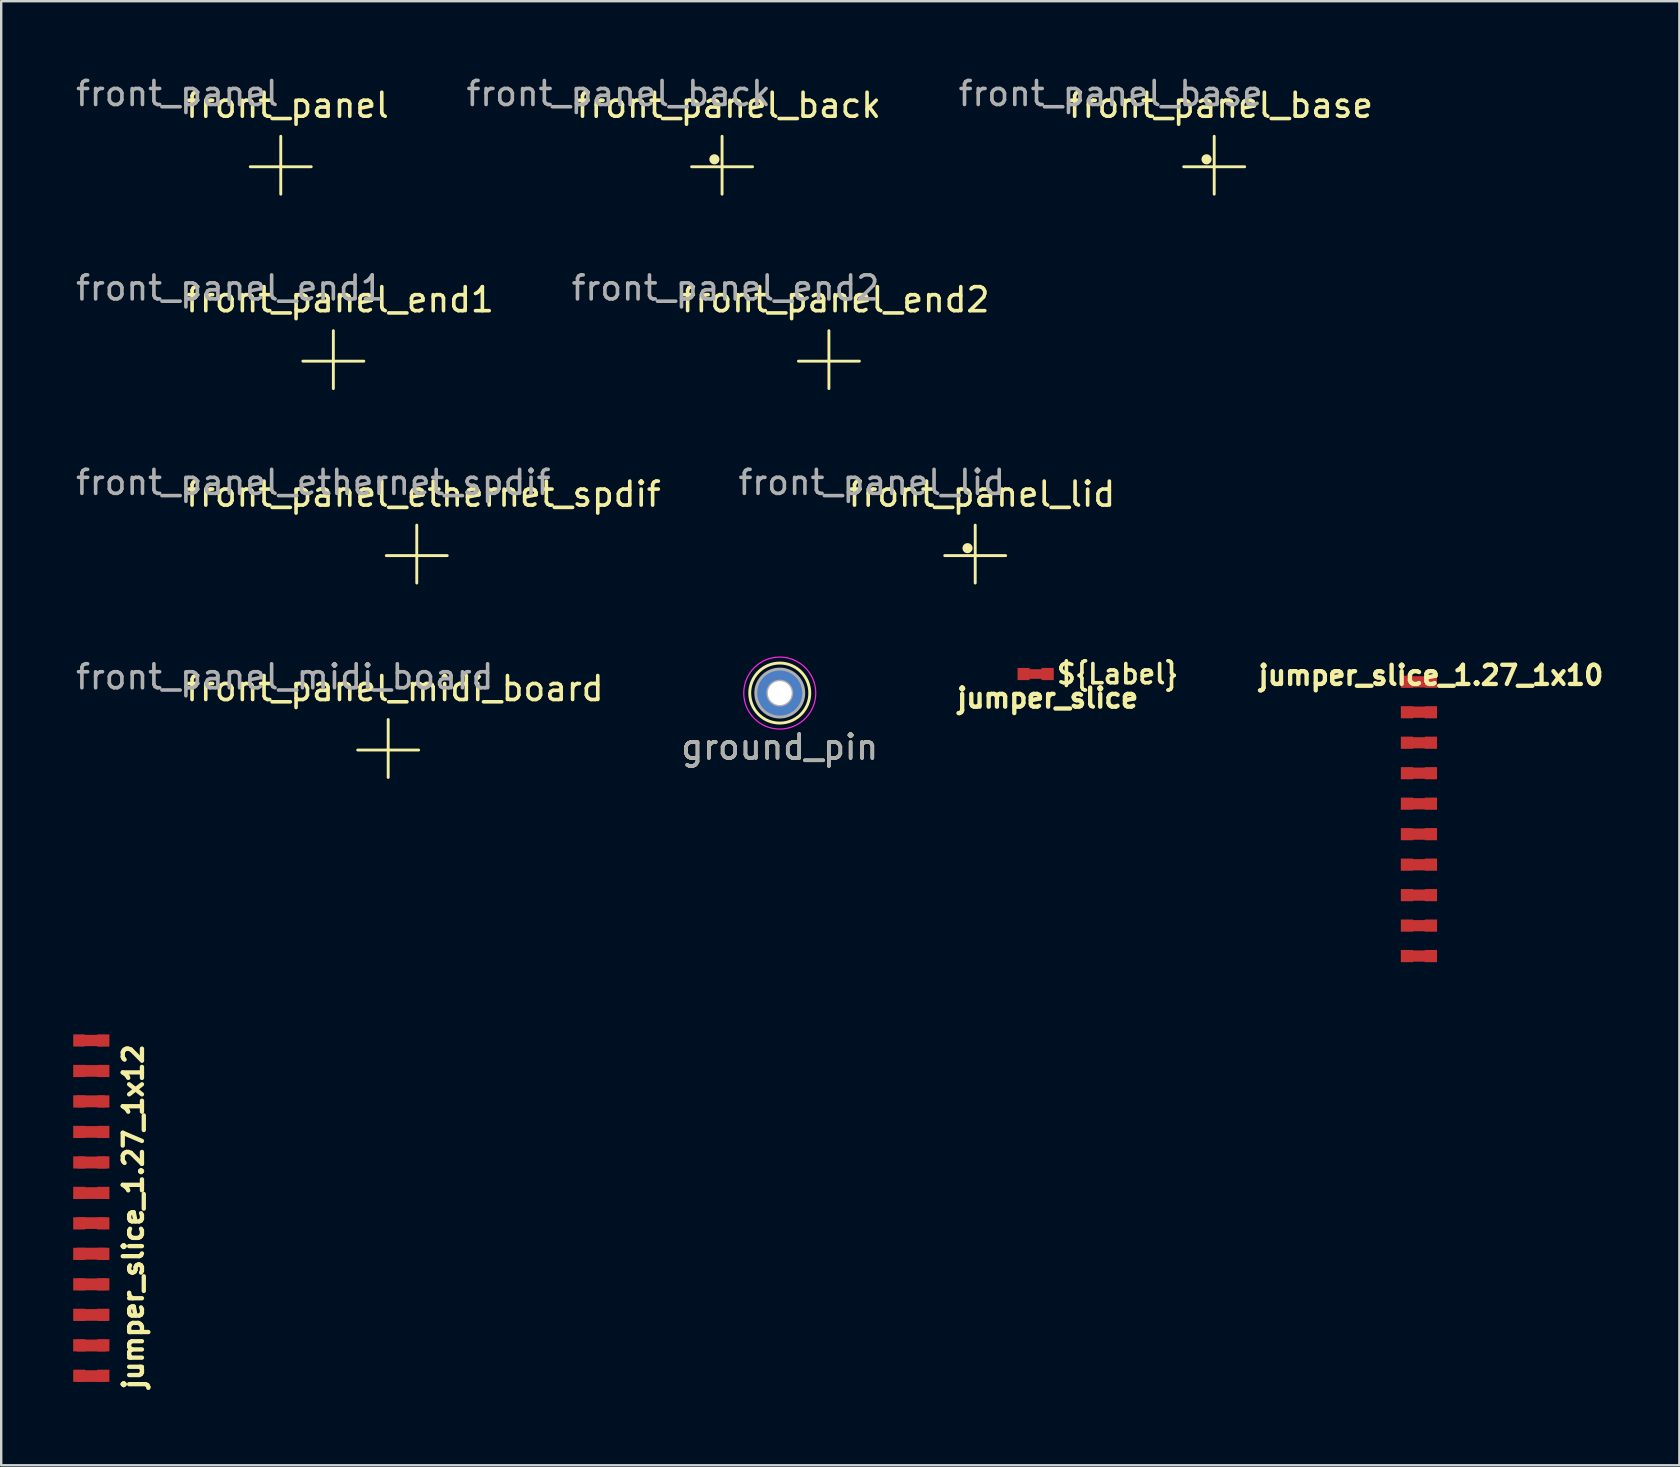
<source format=kicad_pcb>
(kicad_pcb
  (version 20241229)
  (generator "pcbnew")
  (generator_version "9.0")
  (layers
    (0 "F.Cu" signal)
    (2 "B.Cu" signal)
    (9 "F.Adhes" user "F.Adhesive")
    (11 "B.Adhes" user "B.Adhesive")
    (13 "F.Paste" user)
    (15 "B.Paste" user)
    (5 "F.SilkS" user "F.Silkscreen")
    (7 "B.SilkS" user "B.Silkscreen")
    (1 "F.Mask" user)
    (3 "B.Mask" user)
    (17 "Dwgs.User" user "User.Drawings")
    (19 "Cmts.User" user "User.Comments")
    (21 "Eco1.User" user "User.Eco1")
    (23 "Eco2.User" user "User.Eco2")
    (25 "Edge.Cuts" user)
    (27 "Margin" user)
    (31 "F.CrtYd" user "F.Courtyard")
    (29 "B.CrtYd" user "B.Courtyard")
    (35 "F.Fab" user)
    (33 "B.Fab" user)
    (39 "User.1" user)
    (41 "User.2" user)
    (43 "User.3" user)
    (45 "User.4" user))
  (footprint "jumper_slice_1.27_1x10"
    (layer "F.Cu")
    (at 56.074 25.358)
    (property "Reference" "jumper_slice_1.27_1x10" (at 0.5 -0.27 0) (layer "F.SilkS") (effects (font (size 0.8 0.8) (thickness 0.18))))
    (attr through_hole)
    (fp_poly (pts (xy 0.254 0.229) (xy -0.254 0.229) (xy -0.254 -0.229) (xy 0.254 -0.229)) (stroke (width 0.01) (type solid)) (fill yes) (layer "F.Cu"))
    (fp_poly (pts (xy 0.254 1.499) (xy -0.254 1.499) (xy -0.254 1.041) (xy 0.254 1.041)) (stroke (width 0.01) (type solid)) (fill yes) (layer "F.Cu"))
    (fp_poly (pts (xy 0.254 2.769) (xy -0.254 2.769) (xy -0.254 2.311) (xy 0.254 2.311)) (stroke (width 0.01) (type solid)) (fill yes) (layer "F.Cu"))
    (fp_poly (pts (xy 0.254 4.039) (xy -0.254 4.039) (xy -0.254 3.581) (xy 0.254 3.581)) (stroke (width 0.01) (type solid)) (fill yes) (layer "F.Cu"))
    (fp_poly (pts (xy 0.254 5.309) (xy -0.254 5.309) (xy -0.254 4.851) (xy 0.254 4.851)) (stroke (width 0.01) (type solid)) (fill yes) (layer "F.Cu"))
    (fp_poly (pts (xy 0.254 6.579) (xy -0.254 6.579) (xy -0.254 6.121) (xy 0.254 6.121)) (stroke (width 0.01) (type solid)) (fill yes) (layer "F.Cu"))
    (fp_poly (pts (xy 0.254 7.849) (xy -0.254 7.849) (xy -0.254 7.391) (xy 0.254 7.391)) (stroke (width 0.01) (type solid)) (fill yes) (layer "F.Cu"))
    (fp_poly (pts (xy 0.254 9.119) (xy -0.254 9.119) (xy -0.254 8.661) (xy 0.254 8.661)) (stroke (width 0.01) (type solid)) (fill yes) (layer "F.Cu"))
    (fp_poly (pts (xy 0.254 10.389) (xy -0.254 10.389) (xy -0.254 9.931) (xy 0.254 9.931)) (stroke (width 0.01) (type solid)) (fill yes) (layer "F.Cu"))
    (fp_poly (pts (xy 0.254 11.659) (xy -0.254 11.659) (xy -0.254 11.201) (xy 0.254 11.201)) (stroke (width 0.01) (type solid)) (fill yes) (layer "F.Cu"))
    (fp_poly (pts (xy 0.254 0.254) (xy -0.254 0.254) (xy -0.254 -0.254) (xy 0.254 -0.254)) (stroke (width 0.01) (type solid)) (fill yes) (layer "F.Mask"))
    (fp_poly (pts (xy 0.254 1.524) (xy -0.254 1.524) (xy -0.254 1.016) (xy 0.254 1.016)) (stroke (width 0.01) (type solid)) (fill yes) (layer "F.Mask"))
    (fp_poly (pts (xy 0.254 2.794) (xy -0.254 2.794) (xy -0.254 2.286) (xy 0.254 2.286)) (stroke (width 0.01) (type solid)) (fill yes) (layer "F.Mask"))
    (fp_poly (pts (xy 0.254 4.064) (xy -0.254 4.064) (xy -0.254 3.556) (xy 0.254 3.556)) (stroke (width 0.01) (type solid)) (fill yes) (layer "F.Mask"))
    (fp_poly (pts (xy 0.254 5.334) (xy -0.254 5.334) (xy -0.254 4.826) (xy 0.254 4.826)) (stroke (width 0.01) (type solid)) (fill yes) (layer "F.Mask"))
    (fp_poly (pts (xy 0.254 6.604) (xy -0.254 6.604) (xy -0.254 6.096) (xy 0.254 6.096)) (stroke (width 0.01) (type solid)) (fill yes) (layer "F.Mask"))
    (fp_poly (pts (xy 0.254 7.874) (xy -0.254 7.874) (xy -0.254 7.366) (xy 0.254 7.366)) (stroke (width 0.01) (type solid)) (fill yes) (layer "F.Mask"))
    (fp_poly (pts (xy 0.254 9.144) (xy -0.254 9.144) (xy -0.254 8.636) (xy 0.254 8.636)) (stroke (width 0.01) (type solid)) (fill yes) (layer "F.Mask"))
    (fp_poly (pts (xy 0.254 10.414) (xy -0.254 10.414) (xy -0.254 9.906) (xy 0.254 9.906)) (stroke (width 0.01) (type solid)) (fill yes) (layer "F.Mask"))
    (fp_poly (pts (xy 0.254 11.684) (xy -0.254 11.684) (xy -0.254 11.176) (xy 0.254 11.176)) (stroke (width 0.01) (type solid)) (fill yes) (layer "F.Mask"))
    (pad "1" smd rect (at -0.5 0 180) (size 0.508 0.508) (layers "F.Cu" "F.Mask"))
    (pad "2" smd rect (at 0.5 0 180) (size 0.508 0.508) (layers "F.Cu" "F.Mask"))
    (pad "3" smd rect (at -0.5 1.27 180) (size 0.508 0.508) (layers "F.Cu" "F.Mask"))
    (pad "4" smd rect (at 0.5 1.27 180) (size 0.508 0.508) (layers "F.Cu" "F.Mask"))
    (pad "5" smd rect (at -0.5 2.54 180) (size 0.508 0.508) (layers "F.Cu" "F.Mask"))
    (pad "6" smd rect (at 0.5 2.54 180) (size 0.508 0.508) (layers "F.Cu" "F.Mask"))
    (pad "7" smd rect (at -0.5 3.81 180) (size 0.508 0.508) (layers "F.Cu" "F.Mask"))
    (pad "8" smd rect (at 0.5 3.81 180) (size 0.508 0.508) (layers "F.Cu" "F.Mask"))
    (pad "9" smd rect (at -0.5 5.08 180) (size 0.508 0.508) (layers "F.Cu" "F.Mask"))
    (pad "10" smd rect (at 0.5 5.08 180) (size 0.508 0.508) (layers "F.Cu" "F.Mask"))
    (pad "11" smd rect (at -0.5 6.35 180) (size 0.508 0.508) (layers "F.Cu" "F.Mask"))
    (pad "12" smd rect (at 0.5 6.35 180) (size 0.508 0.508) (layers "F.Cu" "F.Mask"))
    (pad "13" smd rect (at -0.5 7.62 180) (size 0.508 0.508) (layers "F.Cu" "F.Mask"))
    (pad "14" smd rect (at 0.5 7.62 180) (size 0.508 0.508) (layers "F.Cu" "F.Mask"))
    (pad "15" smd rect (at -0.5 8.89 180) (size 0.508 0.508) (layers "F.Cu" "F.Mask"))
    (pad "16" smd rect (at 0.5 8.89 180) (size 0.508 0.508) (layers "F.Cu" "F.Mask"))
    (pad "17" smd rect (at -0.5 10.16 180) (size 0.508 0.508) (layers "F.Cu" "F.Mask"))
    (pad "18" smd rect (at 0.5 10.16 180) (size 0.508 0.508) (layers "F.Cu" "F.Mask"))
    (pad "19" smd rect (at -0.5 11.43 180) (size 0.508 0.508) (layers "F.Cu" "F.Mask"))
    (pad "20" smd rect (at 0.5 11.43 180) (size 0.508 0.508) (layers "F.Cu" "F.Mask")))
  (footprint "front_panel"
    (layer "F.Cu")
    (at 8.649 3.898)
    (property "Reference" "front_panel" (at 0.28 -2.56 0) (unlocked yes) (layer "F.SilkS") (effects (font (size 1 1) (thickness 0.15))))
    (attr smd)
    (fp_line (start -1.27 0) (end 1.27 0) (stroke (width 0.12) (type solid)) (layer "F.SilkS"))
    (fp_line (start 0 -1.27) (end 0 1.143) (stroke (width 0.12) (type solid)) (layer "F.SilkS"))
    (fp_text user "${REFERENCE}" (at -4.31 -3.05 0) (unlocked yes) (layer "F.Fab") (effects (font (size 1 1) (thickness 0.15)))))
  (footprint "front_panel_end2"
    (layer "F.Cu")
    (at 31.489 11.999)
    (property "Reference" "front_panel_end2" (at 0.28 -2.56 0) (unlocked yes) (layer "F.SilkS") (effects (font (size 1 1) (thickness 0.15))))
    (attr smd)
    (fp_line (start -1.27 0) (end 1.27 0) (stroke (width 0.12) (type solid)) (layer "F.SilkS"))
    (fp_line (start 0 -1.27) (end 0 1.143) (stroke (width 0.12) (type solid)) (layer "F.SilkS"))
    (fp_text user "${REFERENCE}" (at -4.31 -3.05 0) (unlocked yes) (layer "F.Fab") (effects (font (size 1 1) (thickness 0.15)))))
  (footprint "ground_pin"
    (layer "F.Cu")
    (at 29.441 25.829)
    (property "Reference" "ground_pin" (at 0 2.25 0) (layer "F.SilkS") (effects (font (size 1 1) (thickness 0.15))))
    (attr through_hole)
    (fp_circle (center 0 0) (end 1.25 0.05) (stroke (width 0.12) (type solid)) (fill no) (layer "F.SilkS"))
    (fp_circle (center 0 0) (end 1.5 0) (stroke (width 0.05) (type solid)) (fill no) (layer "F.CrtYd"))
    (fp_circle (center 0 0) (end 0.5 0) (stroke (width 0.12) (type solid)) (fill no) (layer "F.Fab"))
    (fp_circle (center 0 0) (end 1 0) (stroke (width 0.12) (type solid)) (fill no) (layer "F.Fab"))
    (fp_text user "${REFERENCE}" (at 0 2.25 0) (layer "F.Fab") (effects (font (size 1 1) (thickness 0.15))))
    (pad "1" thru_hole circle (at 0 0) (size 2 2) (drill 1) (layers "*.Cu" "*.Mask"))
    (pad "2" smd circle (at 0 0) (size 2 2) (layers "F.Cu" "F.Mask" "F.Paste")))
  (footprint "front_panel_base"
    (layer "F.Cu")
    (at 47.544 3.898)
    (property "Reference" "front_panel_base" (at 0.28 -2.56 0) (unlocked yes) (layer "F.SilkS") (effects (font (size 1 1) (thickness 0.15))))
    (attr smd)
    (fp_line (start -1.27 0) (end 1.27 0) (stroke (width 0.12) (type solid)) (layer "F.SilkS"))
    (fp_line (start 0 -1.27) (end 0 1.143) (stroke (width 0.12) (type solid)) (layer "F.SilkS"))
    (fp_circle (center -0.32 -0.31) (end -0.17 -0.31) (stroke (width 0.12) (type solid)) (fill yes) (layer "F.SilkS"))
    (fp_text user "${REFERENCE}" (at -4.31 -3.05 0) (unlocked yes) (layer "F.Fab") (effects (font (size 1 1) (thickness 0.15)))))
  (footprint "front_panel_midi_board"
    (layer "F.Cu")
    (at 13.125 28.202)
    (property "Reference" "front_panel_midi_board" (at 0.28 -2.56 0) (unlocked yes) (layer "F.SilkS") (effects (font (size 1 1) (thickness 0.15))))
    (attr smd)
    (fp_line (start -1.27 0) (end 1.27 0) (stroke (width 0.12) (type solid)) (layer "F.SilkS"))
    (fp_line (start 0 -1.27) (end 0 1.143) (stroke (width 0.12) (type solid)) (layer "F.SilkS"))
    (fp_text user "${REFERENCE}" (at -4.31 -3.05 0) (unlocked yes) (layer "F.Fab") (effects (font (size 1 1) (thickness 0.15)))))
  (footprint "front_panel_back"
    (layer "F.Cu")
    (at 27.037 3.898)
    (property "Reference" "front_panel_back" (at 0.28 -2.56 0) (unlocked yes) (layer "F.SilkS") (effects (font (size 1 1) (thickness 0.15))))
    (attr smd)
    (fp_line (start -1.27 0) (end 1.27 0) (stroke (width 0.12) (type solid)) (layer "F.SilkS"))
    (fp_line (start 0 -1.27) (end 0 1.143) (stroke (width 0.12) (type solid)) (layer "F.SilkS"))
    (fp_circle (center -0.32 -0.31) (end -0.17 -0.31) (stroke (width 0.12) (type solid)) (fill yes) (layer "F.SilkS"))
    (fp_text user "${REFERENCE}" (at -4.31 -3.05 0) (unlocked yes) (layer "F.Fab") (effects (font (size 1 1) (thickness 0.15)))))
  (footprint "jumper_slice"
    (layer "F.Cu")
    (at 40.104 25.035)
    (property "Reference" "jumper_slice" (at 0.5 1 0) (layer "F.SilkS") (effects (font (size 0.8 0.8) (thickness 0.18))))
    (attr through_hole exclude_from_bom)
    (fp_poly (pts (xy -0.275 -0.2) (xy 0.275 -0.2) (xy 0.275 0.2) (xy -0.275 0.2)) (stroke (width 0) (type solid)) (fill yes) (layer "F.Cu"))
    (fp_poly (pts (xy 0.254 0.254) (xy -0.254 0.254) (xy -0.254 -0.254) (xy 0.254 -0.254)) (stroke (width 0.01) (type solid)) (fill yes) (layer "F.Mask"))
    (fp_text user "${Label}" (at 0.8 0 0) (layer "F.SilkS") (effects (font (size 0.8 0.8) (thickness 0.15) (bold yes)) (justify left)))
    (pad "1" smd rect (at -0.504 0) (size 0.5 0.508) (layers "F.Cu" "F.Mask"))
    (pad "2" smd rect (at 0.5 0) (size 0.508 0.508) (layers "F.Cu" "F.Mask")))
  (footprint "jumper_slice_1.27_1x12"
    (layer "F.Cu")
    (at 0.754 40.306)
    (property "Reference" "jumper_slice_1.27_1x12" (at 1.75 7.348 90) (layer "F.SilkS") (effects (font (size 0.8 0.8) (thickness 0.18))))
    (attr through_hole exclude_from_bom)
    (fp_poly (pts (xy 0.546 4.05) (xy -0.637 4.05) (xy -0.637 3.567) (xy 0.546 3.567)) (stroke (width 0.01) (type solid)) (fill yes) (layer "F.Cu"))
    (fp_poly (pts (xy 0.571 0.229) (xy -0.612 0.229) (xy -0.612 -0.229) (xy 0.571 -0.229)) (stroke (width 0.01) (type solid)) (fill yes) (layer "F.Cu"))
    (fp_poly (pts (xy 0.571 2.775) (xy -0.612 2.775) (xy -0.612 2.292) (xy 0.571 2.292)) (stroke (width 0.01) (type solid)) (fill yes) (layer "F.Cu"))
    (fp_poly (pts (xy 0.596 1.508) (xy -0.587 1.508) (xy -0.587 1.025) (xy 0.596 1.025)) (stroke (width 0.01) (type solid)) (fill yes) (layer "F.Cu"))
    (fp_poly (pts (xy 0.596 6.6) (xy -0.587 6.6) (xy -0.587 6.117) (xy 0.596 6.117)) (stroke (width 0.01) (type solid)) (fill yes) (layer "F.Cu"))
    (fp_poly (pts (xy 0.596 7.85) (xy -0.587 7.85) (xy -0.587 7.367) (xy 0.596 7.367)) (stroke (width 0.01) (type solid)) (fill yes) (layer "F.Cu"))
    (fp_poly (pts (xy 0.596 9.125) (xy -0.587 9.125) (xy -0.587 8.642) (xy 0.596 8.642)) (stroke (width 0.01) (type solid)) (fill yes) (layer "F.Cu"))
    (fp_poly (pts (xy 0.596 11.675) (xy -0.587 11.675) (xy -0.587 11.192) (xy 0.596 11.192)) (stroke (width 0.01) (type solid)) (fill yes) (layer "F.Cu"))
    (fp_poly (pts (xy 0.596 12.95) (xy -0.587 12.95) (xy -0.587 12.467) (xy 0.596 12.467)) (stroke (width 0.01) (type solid)) (fill yes) (layer "F.Cu"))
    (fp_poly (pts (xy 0.596 14.225) (xy -0.587 14.225) (xy -0.587 13.742) (xy 0.596 13.742)) (stroke (width 0.01) (type solid)) (fill yes) (layer "F.Cu"))
    (fp_poly (pts (xy 0.621 5.325) (xy -0.562 5.325) (xy -0.562 4.842) (xy 0.621 4.842)) (stroke (width 0.01) (type solid)) (fill yes) (layer "F.Cu"))
    (fp_poly (pts (xy 0.621 10.4) (xy -0.562 10.4) (xy -0.562 9.917) (xy 0.621 9.917)) (stroke (width 0.01) (type solid)) (fill yes) (layer "F.Cu"))
    (fp_poly (pts (xy 0.254 1.524) (xy -0.254 1.524) (xy -0.254 1.016) (xy 0.254 1.016)) (stroke (width 0.01) (type solid)) (fill yes) (layer "F.Mask"))
    (fp_poly (pts (xy 0.254 2.794) (xy -0.254 2.794) (xy -0.254 2.286) (xy 0.254 2.286)) (stroke (width 0.01) (type solid)) (fill yes) (layer "F.Mask"))
    (fp_poly (pts (xy 0.254 4.064) (xy -0.254 4.064) (xy -0.254 3.556) (xy 0.254 3.556)) (stroke (width 0.01) (type solid)) (fill yes) (layer "F.Mask"))
    (fp_poly (pts (xy 0.254 5.334) (xy -0.254 5.334) (xy -0.254 4.826) (xy 0.254 4.826)) (stroke (width 0.01) (type solid)) (fill yes) (layer "F.Mask"))
    (fp_poly (pts (xy 0.254 6.604) (xy -0.254 6.604) (xy -0.254 6.096) (xy 0.254 6.096)) (stroke (width 0.01) (type solid)) (fill yes) (layer "F.Mask"))
    (fp_poly (pts (xy 0.254 7.874) (xy -0.254 7.874) (xy -0.254 7.366) (xy 0.254 7.366)) (stroke (width 0.01) (type solid)) (fill yes) (layer "F.Mask"))
    (fp_poly (pts (xy 0.254 9.144) (xy -0.254 9.144) (xy -0.254 8.636) (xy 0.254 8.636)) (stroke (width 0.01) (type solid)) (fill yes) (layer "F.Mask"))
    (fp_poly (pts (xy 0.254 10.414) (xy -0.254 10.414) (xy -0.254 9.906) (xy 0.254 9.906)) (stroke (width 0.01) (type solid)) (fill yes) (layer "F.Mask"))
    (fp_poly (pts (xy 0.254 11.684) (xy -0.254 11.684) (xy -0.254 11.176) (xy 0.254 11.176)) (stroke (width 0.01) (type solid)) (fill yes) (layer "F.Mask"))
    (fp_poly (pts (xy 0.254 12.954) (xy -0.254 12.954) (xy -0.254 12.446) (xy 0.254 12.446)) (stroke (width 0.01) (type solid)) (fill yes) (layer "F.Mask"))
    (fp_poly (pts (xy 0.254 14.224) (xy -0.254 14.224) (xy -0.254 13.716) (xy 0.254 13.716)) (stroke (width 0.01) (type solid)) (fill yes) (layer "F.Mask"))
    (fp_poly (pts (xy 0.737 0.254) (xy -0.746 0.254) (xy -0.746 -0.254) (xy 0.737 -0.254)) (stroke (width 0.01) (type solid)) (fill yes) (layer "F.Mask"))
    (pad "1" smd rect (at -0.514 -0.002 180) (size 0.479 0.504) (layers "F.Cu" "F.Mask"))
    (pad "2" smd rect (at 0.5 0 180) (size 0.508 0.508) (layers "F.Cu" "F.Mask"))
    (pad "3" smd rect (at -0.504 1.27 180) (size 0.5 0.508) (layers "F.Cu" "F.Mask"))
    (pad "4" smd rect (at 0.5 1.27 180) (size 0.508 0.508) (layers "F.Cu" "F.Mask"))
    (pad "5" smd rect (at -0.504 2.54 180) (size 0.5 0.508) (layers "F.Cu" "F.Mask"))
    (pad "6" smd rect (at 0.5 2.54 180) (size 0.508 0.508) (layers "F.Cu" "F.Mask"))
    (pad "7" smd rect (at -0.504 3.81 180) (size 0.5 0.508) (layers "F.Cu" "F.Mask"))
    (pad "8" smd rect (at 0.5 3.81 180) (size 0.508 0.508) (layers "F.Cu" "F.Mask"))
    (pad "9" smd rect (at -0.504 5.08 180) (size 0.5 0.508) (layers "F.Cu" "F.Mask"))
    (pad "10" smd rect (at 0.5 5.08 180) (size 0.508 0.508) (layers "F.Cu" "F.Mask"))
    (pad "11" smd rect (at -0.504 6.35 180) (size 0.5 0.508) (layers "F.Cu" "F.Mask"))
    (pad "12" smd rect (at 0.5 6.35 180) (size 0.508 0.508) (layers "F.Cu" "F.Mask"))
    (pad "13" smd rect (at -0.504 7.62 180) (size 0.5 0.508) (layers "F.Cu" "F.Mask"))
    (pad "14" smd rect (at 0.5 7.62 180) (size 0.508 0.508) (layers "F.Cu" "F.Mask"))
    (pad "15" smd rect (at -0.504 8.89 180) (size 0.5 0.508) (layers "F.Cu" "F.Mask"))
    (pad "16" smd rect (at 0.5 8.89 180) (size 0.508 0.508) (layers "F.Cu" "F.Mask"))
    (pad "17" smd rect (at -0.504 10.16 180) (size 0.5 0.508) (layers "F.Cu" "F.Mask"))
    (pad "18" smd rect (at 0.5 10.16 180) (size 0.508 0.508) (layers "F.Cu" "F.Mask"))
    (pad "19" smd rect (at -0.504 11.43 180) (size 0.5 0.508) (layers "F.Cu" "F.Mask"))
    (pad "20" smd rect (at 0.5 11.43 180) (size 0.508 0.508) (layers "F.Cu" "F.Mask"))
    (pad "21" smd rect (at -0.504 12.7 180) (size 0.5 0.508) (layers "F.Cu" "F.Mask"))
    (pad "22" smd rect (at 0.5 12.7 180) (size 0.508 0.508) (layers "F.Cu" "F.Mask"))
    (pad "23" smd rect (at -0.504 13.97 180) (size 0.5 0.508) (layers "F.Cu" "F.Mask"))
    (pad "24" smd rect (at 0.5 13.97 180) (size 0.508 0.508) (layers "F.Cu" "F.Mask")))
  (footprint "front_panel_lid"
    (layer "F.Cu")
    (at 37.585 20.101)
    (property "Reference" "front_panel_lid" (at 0.28 -2.56 0) (unlocked yes) (layer "F.SilkS") (effects (font (size 1 1) (thickness 0.15))))
    (attr smd)
    (fp_line (start -1.27 0) (end 1.27 0) (stroke (width 0.12) (type solid)) (layer "F.SilkS"))
    (fp_line (start 0 -1.27) (end 0 1.143) (stroke (width 0.12) (type solid)) (layer "F.SilkS"))
    (fp_circle (center -0.32 -0.31) (end -0.17 -0.31) (stroke (width 0.12) (type solid)) (fill yes) (layer "F.SilkS"))
    (fp_text user "${REFERENCE}" (at -4.31 -3.05 0) (unlocked yes) (layer "F.Fab") (effects (font (size 1 1) (thickness 0.15)))))
  (footprint "front_panel_end1"
    (layer "F.Cu")
    (at 10.84 11.999)
    (property "Reference" "front_panel_end1" (at 0.28 -2.56 0) (unlocked yes) (layer "F.SilkS") (effects (font (size 1 1) (thickness 0.15))))
    (attr smd)
    (fp_line (start -1.27 0) (end 1.27 0) (stroke (width 0.12) (type solid)) (layer "F.SilkS"))
    (fp_line (start 0 -1.27) (end 0 1.143) (stroke (width 0.12) (type solid)) (layer "F.SilkS"))
    (fp_text user "${REFERENCE}" (at -4.31 -3.05 0) (unlocked yes) (layer "F.Fab") (effects (font (size 1 1) (thickness 0.15)))))
  (footprint "front_panel_ethernet_spdif"
    (layer "F.Cu")
    (at 14.316 20.101)
    (property "Reference" "front_panel_ethernet_spdif" (at 0.28 -2.56 0) (unlocked yes) (layer "F.SilkS") (effects (font (size 1 1) (thickness 0.15))))
    (attr smd)
    (fp_line (start -1.27 0) (end 1.27 0) (stroke (width 0.12) (type solid)) (layer "F.SilkS"))
    (fp_line (start 0 -1.27) (end 0 1.143) (stroke (width 0.12) (type solid)) (layer "F.SilkS"))
    (fp_text user "${REFERENCE}" (at -4.31 -3.05 0) (unlocked yes) (layer "F.Fab") (effects (font (size 1 1) (thickness 0.15)))))
  (gr_rect
    (start -3 -3)
    (end 66.926 58.005)
    (stroke (width 0.1) (type default))
    (fill no)
    (layer "Edge.Cuts")))
</source>
